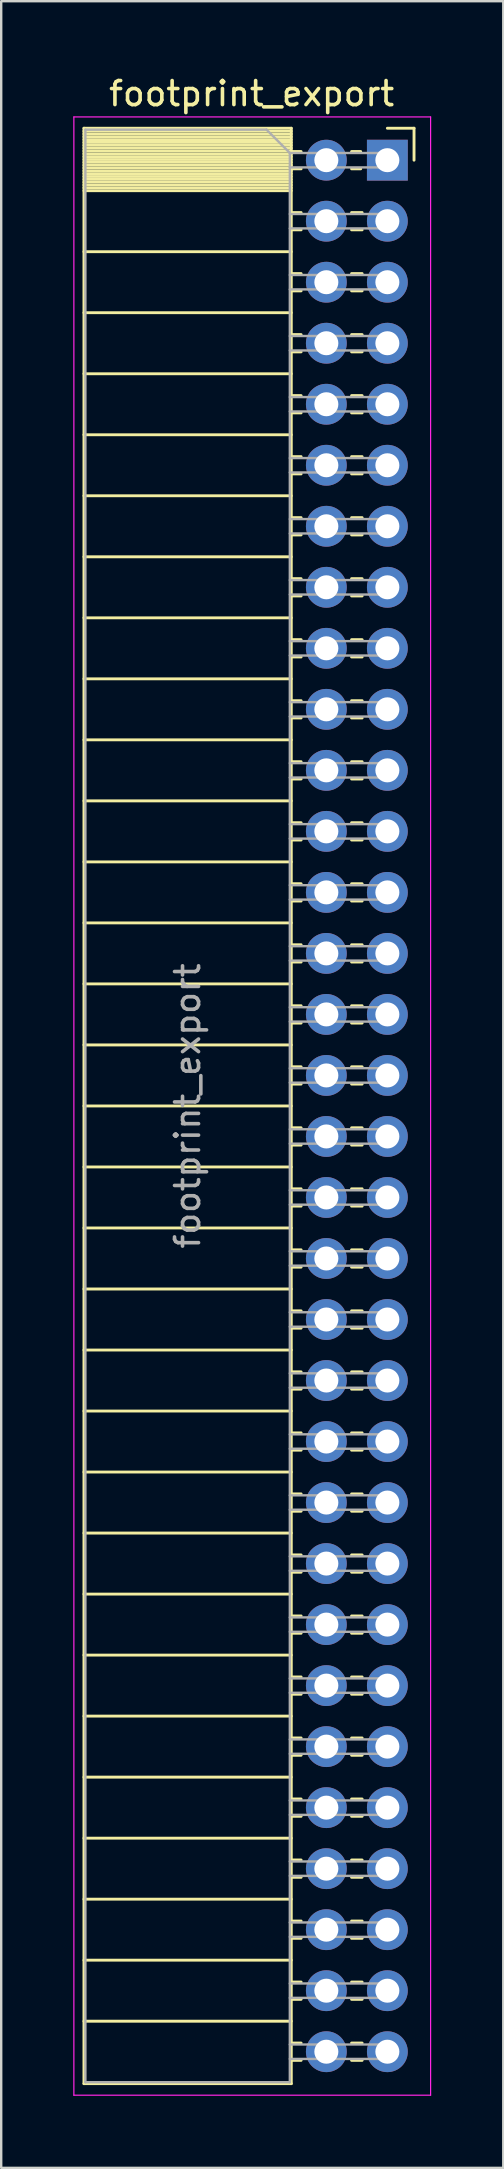
<source format=kicad_pcb>
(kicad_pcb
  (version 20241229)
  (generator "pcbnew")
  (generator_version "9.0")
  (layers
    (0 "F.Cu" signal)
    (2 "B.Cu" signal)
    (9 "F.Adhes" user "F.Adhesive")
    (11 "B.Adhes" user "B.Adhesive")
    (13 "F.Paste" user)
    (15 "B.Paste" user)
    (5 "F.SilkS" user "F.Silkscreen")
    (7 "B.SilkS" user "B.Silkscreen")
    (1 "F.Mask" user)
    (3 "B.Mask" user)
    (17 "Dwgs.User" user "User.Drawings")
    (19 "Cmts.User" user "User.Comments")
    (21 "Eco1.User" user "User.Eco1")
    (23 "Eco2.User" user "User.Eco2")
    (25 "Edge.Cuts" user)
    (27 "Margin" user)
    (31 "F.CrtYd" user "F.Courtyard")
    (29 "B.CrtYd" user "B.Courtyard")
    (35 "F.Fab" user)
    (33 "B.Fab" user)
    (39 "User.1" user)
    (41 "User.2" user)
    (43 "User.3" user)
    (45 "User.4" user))
  (footprint "footprint_export"
    (layer "F.Cu")
    (at 13.075 3.618)
    (property "Reference" "footprint_export" (at -5.65 -2.77 0) (layer "F.SilkS") (effects (font (size 1 1) (thickness 0.15))))
    (attr through_hole)
    (fp_line (start -12.63 -1.33) (end -12.63 80.07) (stroke (width 0.12) (type solid)) (layer "F.SilkS"))
    (fp_line (start -12.63 -1.33) (end -4 -1.33) (stroke (width 0.12) (type solid)) (layer "F.SilkS"))
    (fp_line (start -12.63 -1.21) (end -4 -1.21) (stroke (width 0.12) (type solid)) (layer "F.SilkS"))
    (fp_line (start -12.63 -1.092) (end -4 -1.092) (stroke (width 0.12) (type solid)) (layer "F.SilkS"))
    (fp_line (start -12.63 -0.974) (end -4 -0.974) (stroke (width 0.12) (type solid)) (layer "F.SilkS"))
    (fp_line (start -12.63 -0.856) (end -4 -0.856) (stroke (width 0.12) (type solid)) (layer "F.SilkS"))
    (fp_line (start -12.63 -0.738) (end -4 -0.738) (stroke (width 0.12) (type solid)) (layer "F.SilkS"))
    (fp_line (start -12.63 -0.62) (end -4 -0.62) (stroke (width 0.12) (type solid)) (layer "F.SilkS"))
    (fp_line (start -12.63 -0.501) (end -4 -0.501) (stroke (width 0.12) (type solid)) (layer "F.SilkS"))
    (fp_line (start -12.63 -0.383) (end -4 -0.383) (stroke (width 0.12) (type solid)) (layer "F.SilkS"))
    (fp_line (start -12.63 -0.265) (end -4 -0.265) (stroke (width 0.12) (type solid)) (layer "F.SilkS"))
    (fp_line (start -12.63 -0.147) (end -4 -0.147) (stroke (width 0.12) (type solid)) (layer "F.SilkS"))
    (fp_line (start -12.63 -0.029) (end -4 -0.029) (stroke (width 0.12) (type solid)) (layer "F.SilkS"))
    (fp_line (start -12.63 0.089) (end -4 0.089) (stroke (width 0.12) (type solid)) (layer "F.SilkS"))
    (fp_line (start -12.63 0.207) (end -4 0.207) (stroke (width 0.12) (type solid)) (layer "F.SilkS"))
    (fp_line (start -12.63 0.325) (end -4 0.325) (stroke (width 0.12) (type solid)) (layer "F.SilkS"))
    (fp_line (start -12.63 0.443) (end -4 0.443) (stroke (width 0.12) (type solid)) (layer "F.SilkS"))
    (fp_line (start -12.63 0.561) (end -4 0.561) (stroke (width 0.12) (type solid)) (layer "F.SilkS"))
    (fp_line (start -12.63 0.68) (end -4 0.68) (stroke (width 0.12) (type solid)) (layer "F.SilkS"))
    (fp_line (start -12.63 0.798) (end -4 0.798) (stroke (width 0.12) (type solid)) (layer "F.SilkS"))
    (fp_line (start -12.63 0.916) (end -4 0.916) (stroke (width 0.12) (type solid)) (layer "F.SilkS"))
    (fp_line (start -12.63 1.034) (end -4 1.034) (stroke (width 0.12) (type solid)) (layer "F.SilkS"))
    (fp_line (start -12.63 1.152) (end -4 1.152) (stroke (width 0.12) (type solid)) (layer "F.SilkS"))
    (fp_line (start -12.63 1.27) (end -4 1.27) (stroke (width 0.12) (type solid)) (layer "F.SilkS"))
    (fp_line (start -12.63 3.81) (end -4 3.81) (stroke (width 0.12) (type solid)) (layer "F.SilkS"))
    (fp_line (start -12.63 6.35) (end -4 6.35) (stroke (width 0.12) (type solid)) (layer "F.SilkS"))
    (fp_line (start -12.63 8.89) (end -4 8.89) (stroke (width 0.12) (type solid)) (layer "F.SilkS"))
    (fp_line (start -12.63 11.43) (end -4 11.43) (stroke (width 0.12) (type solid)) (layer "F.SilkS"))
    (fp_line (start -12.63 13.97) (end -4 13.97) (stroke (width 0.12) (type solid)) (layer "F.SilkS"))
    (fp_line (start -12.63 16.51) (end -4 16.51) (stroke (width 0.12) (type solid)) (layer "F.SilkS"))
    (fp_line (start -12.63 19.05) (end -4 19.05) (stroke (width 0.12) (type solid)) (layer "F.SilkS"))
    (fp_line (start -12.63 21.59) (end -4 21.59) (stroke (width 0.12) (type solid)) (layer "F.SilkS"))
    (fp_line (start -12.63 24.13) (end -4 24.13) (stroke (width 0.12) (type solid)) (layer "F.SilkS"))
    (fp_line (start -12.63 26.67) (end -4 26.67) (stroke (width 0.12) (type solid)) (layer "F.SilkS"))
    (fp_line (start -12.63 29.21) (end -4 29.21) (stroke (width 0.12) (type solid)) (layer "F.SilkS"))
    (fp_line (start -12.63 31.75) (end -4 31.75) (stroke (width 0.12) (type solid)) (layer "F.SilkS"))
    (fp_line (start -12.63 34.29) (end -4 34.29) (stroke (width 0.12) (type solid)) (layer "F.SilkS"))
    (fp_line (start -12.63 36.83) (end -4 36.83) (stroke (width 0.12) (type solid)) (layer "F.SilkS"))
    (fp_line (start -12.63 39.37) (end -4 39.37) (stroke (width 0.12) (type solid)) (layer "F.SilkS"))
    (fp_line (start -12.63 41.91) (end -4 41.91) (stroke (width 0.12) (type solid)) (layer "F.SilkS"))
    (fp_line (start -12.63 44.45) (end -4 44.45) (stroke (width 0.12) (type solid)) (layer "F.SilkS"))
    (fp_line (start -12.63 46.99) (end -4 46.99) (stroke (width 0.12) (type solid)) (layer "F.SilkS"))
    (fp_line (start -12.63 49.53) (end -4 49.53) (stroke (width 0.12) (type solid)) (layer "F.SilkS"))
    (fp_line (start -12.63 52.07) (end -4 52.07) (stroke (width 0.12) (type solid)) (layer "F.SilkS"))
    (fp_line (start -12.63 54.61) (end -4 54.61) (stroke (width 0.12) (type solid)) (layer "F.SilkS"))
    (fp_line (start -12.63 57.15) (end -4 57.15) (stroke (width 0.12) (type solid)) (layer "F.SilkS"))
    (fp_line (start -12.63 59.69) (end -4 59.69) (stroke (width 0.12) (type solid)) (layer "F.SilkS"))
    (fp_line (start -12.63 62.23) (end -4 62.23) (stroke (width 0.12) (type solid)) (layer "F.SilkS"))
    (fp_line (start -12.63 64.77) (end -4 64.77) (stroke (width 0.12) (type solid)) (layer "F.SilkS"))
    (fp_line (start -12.63 67.31) (end -4 67.31) (stroke (width 0.12) (type solid)) (layer "F.SilkS"))
    (fp_line (start -12.63 69.85) (end -4 69.85) (stroke (width 0.12) (type solid)) (layer "F.SilkS"))
    (fp_line (start -12.63 72.39) (end -4 72.39) (stroke (width 0.12) (type solid)) (layer "F.SilkS"))
    (fp_line (start -12.63 74.93) (end -4 74.93) (stroke (width 0.12) (type solid)) (layer "F.SilkS"))
    (fp_line (start -12.63 77.47) (end -4 77.47) (stroke (width 0.12) (type solid)) (layer "F.SilkS"))
    (fp_line (start -12.63 80.07) (end -4 80.07) (stroke (width 0.12) (type solid)) (layer "F.SilkS"))
    (fp_line (start -4 -1.33) (end -4 80.07) (stroke (width 0.12) (type solid)) (layer "F.SilkS"))
    (fp_line (start -4 -0.36) (end -3.59 -0.36) (stroke (width 0.12) (type solid)) (layer "F.SilkS"))
    (fp_line (start -4 0.36) (end -3.59 0.36) (stroke (width 0.12) (type solid)) (layer "F.SilkS"))
    (fp_line (start -4 2.18) (end -3.59 2.18) (stroke (width 0.12) (type solid)) (layer "F.SilkS"))
    (fp_line (start -4 2.9) (end -3.59 2.9) (stroke (width 0.12) (type solid)) (layer "F.SilkS"))
    (fp_line (start -4 4.72) (end -3.59 4.72) (stroke (width 0.12) (type solid)) (layer "F.SilkS"))
    (fp_line (start -4 5.44) (end -3.59 5.44) (stroke (width 0.12) (type solid)) (layer "F.SilkS"))
    (fp_line (start -4 7.26) (end -3.59 7.26) (stroke (width 0.12) (type solid)) (layer "F.SilkS"))
    (fp_line (start -4 7.98) (end -3.59 7.98) (stroke (width 0.12) (type solid)) (layer "F.SilkS"))
    (fp_line (start -4 9.8) (end -3.59 9.8) (stroke (width 0.12) (type solid)) (layer "F.SilkS"))
    (fp_line (start -4 10.52) (end -3.59 10.52) (stroke (width 0.12) (type solid)) (layer "F.SilkS"))
    (fp_line (start -4 12.34) (end -3.59 12.34) (stroke (width 0.12) (type solid)) (layer "F.SilkS"))
    (fp_line (start -4 13.06) (end -3.59 13.06) (stroke (width 0.12) (type solid)) (layer "F.SilkS"))
    (fp_line (start -4 14.88) (end -3.59 14.88) (stroke (width 0.12) (type solid)) (layer "F.SilkS"))
    (fp_line (start -4 15.6) (end -3.59 15.6) (stroke (width 0.12) (type solid)) (layer "F.SilkS"))
    (fp_line (start -4 17.42) (end -3.59 17.42) (stroke (width 0.12) (type solid)) (layer "F.SilkS"))
    (fp_line (start -4 18.14) (end -3.59 18.14) (stroke (width 0.12) (type solid)) (layer "F.SilkS"))
    (fp_line (start -4 19.96) (end -3.59 19.96) (stroke (width 0.12) (type solid)) (layer "F.SilkS"))
    (fp_line (start -4 20.68) (end -3.59 20.68) (stroke (width 0.12) (type solid)) (layer "F.SilkS"))
    (fp_line (start -4 22.5) (end -3.59 22.5) (stroke (width 0.12) (type solid)) (layer "F.SilkS"))
    (fp_line (start -4 23.22) (end -3.59 23.22) (stroke (width 0.12) (type solid)) (layer "F.SilkS"))
    (fp_line (start -4 25.04) (end -3.59 25.04) (stroke (width 0.12) (type solid)) (layer "F.SilkS"))
    (fp_line (start -4 25.76) (end -3.59 25.76) (stroke (width 0.12) (type solid)) (layer "F.SilkS"))
    (fp_line (start -4 27.58) (end -3.59 27.58) (stroke (width 0.12) (type solid)) (layer "F.SilkS"))
    (fp_line (start -4 28.3) (end -3.59 28.3) (stroke (width 0.12) (type solid)) (layer "F.SilkS"))
    (fp_line (start -4 30.12) (end -3.59 30.12) (stroke (width 0.12) (type solid)) (layer "F.SilkS"))
    (fp_line (start -4 30.84) (end -3.59 30.84) (stroke (width 0.12) (type solid)) (layer "F.SilkS"))
    (fp_line (start -4 32.66) (end -3.59 32.66) (stroke (width 0.12) (type solid)) (layer "F.SilkS"))
    (fp_line (start -4 33.38) (end -3.59 33.38) (stroke (width 0.12) (type solid)) (layer "F.SilkS"))
    (fp_line (start -4 35.2) (end -3.59 35.2) (stroke (width 0.12) (type solid)) (layer "F.SilkS"))
    (fp_line (start -4 35.92) (end -3.59 35.92) (stroke (width 0.12) (type solid)) (layer "F.SilkS"))
    (fp_line (start -4 37.74) (end -3.59 37.74) (stroke (width 0.12) (type solid)) (layer "F.SilkS"))
    (fp_line (start -4 38.46) (end -3.59 38.46) (stroke (width 0.12) (type solid)) (layer "F.SilkS"))
    (fp_line (start -4 40.28) (end -3.59 40.28) (stroke (width 0.12) (type solid)) (layer "F.SilkS"))
    (fp_line (start -4 41) (end -3.59 41) (stroke (width 0.12) (type solid)) (layer "F.SilkS"))
    (fp_line (start -4 42.82) (end -3.59 42.82) (stroke (width 0.12) (type solid)) (layer "F.SilkS"))
    (fp_line (start -4 43.54) (end -3.59 43.54) (stroke (width 0.12) (type solid)) (layer "F.SilkS"))
    (fp_line (start -4 45.36) (end -3.59 45.36) (stroke (width 0.12) (type solid)) (layer "F.SilkS"))
    (fp_line (start -4 46.08) (end -3.59 46.08) (stroke (width 0.12) (type solid)) (layer "F.SilkS"))
    (fp_line (start -4 47.9) (end -3.59 47.9) (stroke (width 0.12) (type solid)) (layer "F.SilkS"))
    (fp_line (start -4 48.62) (end -3.59 48.62) (stroke (width 0.12) (type solid)) (layer "F.SilkS"))
    (fp_line (start -4 50.44) (end -3.59 50.44) (stroke (width 0.12) (type solid)) (layer "F.SilkS"))
    (fp_line (start -4 51.16) (end -3.59 51.16) (stroke (width 0.12) (type solid)) (layer "F.SilkS"))
    (fp_line (start -4 52.98) (end -3.59 52.98) (stroke (width 0.12) (type solid)) (layer "F.SilkS"))
    (fp_line (start -4 53.7) (end -3.59 53.7) (stroke (width 0.12) (type solid)) (layer "F.SilkS"))
    (fp_line (start -4 55.52) (end -3.59 55.52) (stroke (width 0.12) (type solid)) (layer "F.SilkS"))
    (fp_line (start -4 56.24) (end -3.59 56.24) (stroke (width 0.12) (type solid)) (layer "F.SilkS"))
    (fp_line (start -4 58.06) (end -3.59 58.06) (stroke (width 0.12) (type solid)) (layer "F.SilkS"))
    (fp_line (start -4 58.78) (end -3.59 58.78) (stroke (width 0.12) (type solid)) (layer "F.SilkS"))
    (fp_line (start -4 60.6) (end -3.59 60.6) (stroke (width 0.12) (type solid)) (layer "F.SilkS"))
    (fp_line (start -4 61.32) (end -3.59 61.32) (stroke (width 0.12) (type solid)) (layer "F.SilkS"))
    (fp_line (start -4 63.14) (end -3.59 63.14) (stroke (width 0.12) (type solid)) (layer "F.SilkS"))
    (fp_line (start -4 63.86) (end -3.59 63.86) (stroke (width 0.12) (type solid)) (layer "F.SilkS"))
    (fp_line (start -4 65.68) (end -3.59 65.68) (stroke (width 0.12) (type solid)) (layer "F.SilkS"))
    (fp_line (start -4 66.4) (end -3.59 66.4) (stroke (width 0.12) (type solid)) (layer "F.SilkS"))
    (fp_line (start -4 68.22) (end -3.59 68.22) (stroke (width 0.12) (type solid)) (layer "F.SilkS"))
    (fp_line (start -4 68.94) (end -3.59 68.94) (stroke (width 0.12) (type solid)) (layer "F.SilkS"))
    (fp_line (start -4 70.76) (end -3.59 70.76) (stroke (width 0.12) (type solid)) (layer "F.SilkS"))
    (fp_line (start -4 71.48) (end -3.59 71.48) (stroke (width 0.12) (type solid)) (layer "F.SilkS"))
    (fp_line (start -4 73.3) (end -3.59 73.3) (stroke (width 0.12) (type solid)) (layer "F.SilkS"))
    (fp_line (start -4 74.02) (end -3.59 74.02) (stroke (width 0.12) (type solid)) (layer "F.SilkS"))
    (fp_line (start -4 75.84) (end -3.59 75.84) (stroke (width 0.12) (type solid)) (layer "F.SilkS"))
    (fp_line (start -4 76.56) (end -3.59 76.56) (stroke (width 0.12) (type solid)) (layer "F.SilkS"))
    (fp_line (start -4 78.38) (end -3.59 78.38) (stroke (width 0.12) (type solid)) (layer "F.SilkS"))
    (fp_line (start -4 79.1) (end -3.59 79.1) (stroke (width 0.12) (type solid)) (layer "F.SilkS"))
    (fp_line (start -1.49 -0.36) (end -1.11 -0.36) (stroke (width 0.12) (type solid)) (layer "F.SilkS"))
    (fp_line (start -1.49 0.36) (end -1.11 0.36) (stroke (width 0.12) (type solid)) (layer "F.SilkS"))
    (fp_line (start -1.49 2.18) (end -1.05 2.18) (stroke (width 0.12) (type solid)) (layer "F.SilkS"))
    (fp_line (start -1.49 2.9) (end -1.05 2.9) (stroke (width 0.12) (type solid)) (layer "F.SilkS"))
    (fp_line (start -1.49 4.72) (end -1.05 4.72) (stroke (width 0.12) (type solid)) (layer "F.SilkS"))
    (fp_line (start -1.49 5.44) (end -1.05 5.44) (stroke (width 0.12) (type solid)) (layer "F.SilkS"))
    (fp_line (start -1.49 7.26) (end -1.05 7.26) (stroke (width 0.12) (type solid)) (layer "F.SilkS"))
    (fp_line (start -1.49 7.98) (end -1.05 7.98) (stroke (width 0.12) (type solid)) (layer "F.SilkS"))
    (fp_line (start -1.49 9.8) (end -1.05 9.8) (stroke (width 0.12) (type solid)) (layer "F.SilkS"))
    (fp_line (start -1.49 10.52) (end -1.05 10.52) (stroke (width 0.12) (type solid)) (layer "F.SilkS"))
    (fp_line (start -1.49 12.34) (end -1.05 12.34) (stroke (width 0.12) (type solid)) (layer "F.SilkS"))
    (fp_line (start -1.49 13.06) (end -1.05 13.06) (stroke (width 0.12) (type solid)) (layer "F.SilkS"))
    (fp_line (start -1.49 14.88) (end -1.05 14.88) (stroke (width 0.12) (type solid)) (layer "F.SilkS"))
    (fp_line (start -1.49 15.6) (end -1.05 15.6) (stroke (width 0.12) (type solid)) (layer "F.SilkS"))
    (fp_line (start -1.49 17.42) (end -1.05 17.42) (stroke (width 0.12) (type solid)) (layer "F.SilkS"))
    (fp_line (start -1.49 18.14) (end -1.05 18.14) (stroke (width 0.12) (type solid)) (layer "F.SilkS"))
    (fp_line (start -1.49 19.96) (end -1.05 19.96) (stroke (width 0.12) (type solid)) (layer "F.SilkS"))
    (fp_line (start -1.49 20.68) (end -1.05 20.68) (stroke (width 0.12) (type solid)) (layer "F.SilkS"))
    (fp_line (start -1.49 22.5) (end -1.05 22.5) (stroke (width 0.12) (type solid)) (layer "F.SilkS"))
    (fp_line (start -1.49 23.22) (end -1.05 23.22) (stroke (width 0.12) (type solid)) (layer "F.SilkS"))
    (fp_line (start -1.49 25.04) (end -1.05 25.04) (stroke (width 0.12) (type solid)) (layer "F.SilkS"))
    (fp_line (start -1.49 25.76) (end -1.05 25.76) (stroke (width 0.12) (type solid)) (layer "F.SilkS"))
    (fp_line (start -1.49 27.58) (end -1.05 27.58) (stroke (width 0.12) (type solid)) (layer "F.SilkS"))
    (fp_line (start -1.49 28.3) (end -1.05 28.3) (stroke (width 0.12) (type solid)) (layer "F.SilkS"))
    (fp_line (start -1.49 30.12) (end -1.05 30.12) (stroke (width 0.12) (type solid)) (layer "F.SilkS"))
    (fp_line (start -1.49 30.84) (end -1.05 30.84) (stroke (width 0.12) (type solid)) (layer "F.SilkS"))
    (fp_line (start -1.49 32.66) (end -1.05 32.66) (stroke (width 0.12) (type solid)) (layer "F.SilkS"))
    (fp_line (start -1.49 33.38) (end -1.05 33.38) (stroke (width 0.12) (type solid)) (layer "F.SilkS"))
    (fp_line (start -1.49 35.2) (end -1.05 35.2) (stroke (width 0.12) (type solid)) (layer "F.SilkS"))
    (fp_line (start -1.49 35.92) (end -1.05 35.92) (stroke (width 0.12) (type solid)) (layer "F.SilkS"))
    (fp_line (start -1.49 37.74) (end -1.05 37.74) (stroke (width 0.12) (type solid)) (layer "F.SilkS"))
    (fp_line (start -1.49 38.46) (end -1.05 38.46) (stroke (width 0.12) (type solid)) (layer "F.SilkS"))
    (fp_line (start -1.49 40.28) (end -1.05 40.28) (stroke (width 0.12) (type solid)) (layer "F.SilkS"))
    (fp_line (start -1.49 41) (end -1.05 41) (stroke (width 0.12) (type solid)) (layer "F.SilkS"))
    (fp_line (start -1.49 42.82) (end -1.05 42.82) (stroke (width 0.12) (type solid)) (layer "F.SilkS"))
    (fp_line (start -1.49 43.54) (end -1.05 43.54) (stroke (width 0.12) (type solid)) (layer "F.SilkS"))
    (fp_line (start -1.49 45.36) (end -1.05 45.36) (stroke (width 0.12) (type solid)) (layer "F.SilkS"))
    (fp_line (start -1.49 46.08) (end -1.05 46.08) (stroke (width 0.12) (type solid)) (layer "F.SilkS"))
    (fp_line (start -1.49 47.9) (end -1.05 47.9) (stroke (width 0.12) (type solid)) (layer "F.SilkS"))
    (fp_line (start -1.49 48.62) (end -1.05 48.62) (stroke (width 0.12) (type solid)) (layer "F.SilkS"))
    (fp_line (start -1.49 50.44) (end -1.05 50.44) (stroke (width 0.12) (type solid)) (layer "F.SilkS"))
    (fp_line (start -1.49 51.16) (end -1.05 51.16) (stroke (width 0.12) (type solid)) (layer "F.SilkS"))
    (fp_line (start -1.49 52.98) (end -1.05 52.98) (stroke (width 0.12) (type solid)) (layer "F.SilkS"))
    (fp_line (start -1.49 53.7) (end -1.05 53.7) (stroke (width 0.12) (type solid)) (layer "F.SilkS"))
    (fp_line (start -1.49 55.52) (end -1.05 55.52) (stroke (width 0.12) (type solid)) (layer "F.SilkS"))
    (fp_line (start -1.49 56.24) (end -1.05 56.24) (stroke (width 0.12) (type solid)) (layer "F.SilkS"))
    (fp_line (start -1.49 58.06) (end -1.05 58.06) (stroke (width 0.12) (type solid)) (layer "F.SilkS"))
    (fp_line (start -1.49 58.78) (end -1.05 58.78) (stroke (width 0.12) (type solid)) (layer "F.SilkS"))
    (fp_line (start -1.49 60.6) (end -1.05 60.6) (stroke (width 0.12) (type solid)) (layer "F.SilkS"))
    (fp_line (start -1.49 61.32) (end -1.05 61.32) (stroke (width 0.12) (type solid)) (layer "F.SilkS"))
    (fp_line (start -1.49 63.14) (end -1.05 63.14) (stroke (width 0.12) (type solid)) (layer "F.SilkS"))
    (fp_line (start -1.49 63.86) (end -1.05 63.86) (stroke (width 0.12) (type solid)) (layer "F.SilkS"))
    (fp_line (start -1.49 65.68) (end -1.05 65.68) (stroke (width 0.12) (type solid)) (layer "F.SilkS"))
    (fp_line (start -1.49 66.4) (end -1.05 66.4) (stroke (width 0.12) (type solid)) (layer "F.SilkS"))
    (fp_line (start -1.49 68.22) (end -1.05 68.22) (stroke (width 0.12) (type solid)) (layer "F.SilkS"))
    (fp_line (start -1.49 68.94) (end -1.05 68.94) (stroke (width 0.12) (type solid)) (layer "F.SilkS"))
    (fp_line (start -1.49 70.76) (end -1.05 70.76) (stroke (width 0.12) (type solid)) (layer "F.SilkS"))
    (fp_line (start -1.49 71.48) (end -1.05 71.48) (stroke (width 0.12) (type solid)) (layer "F.SilkS"))
    (fp_line (start -1.49 73.3) (end -1.05 73.3) (stroke (width 0.12) (type solid)) (layer "F.SilkS"))
    (fp_line (start -1.49 74.02) (end -1.05 74.02) (stroke (width 0.12) (type solid)) (layer "F.SilkS"))
    (fp_line (start -1.49 75.84) (end -1.05 75.84) (stroke (width 0.12) (type solid)) (layer "F.SilkS"))
    (fp_line (start -1.49 76.56) (end -1.05 76.56) (stroke (width 0.12) (type solid)) (layer "F.SilkS"))
    (fp_line (start -1.49 78.38) (end -1.05 78.38) (stroke (width 0.12) (type solid)) (layer "F.SilkS"))
    (fp_line (start -1.49 79.1) (end -1.05 79.1) (stroke (width 0.12) (type solid)) (layer "F.SilkS"))
    (fp_line (start 0 -1.33) (end 1.11 -1.33) (stroke (width 0.12) (type solid)) (layer "F.SilkS"))
    (fp_line (start 1.11 -1.33) (end 1.11 0) (stroke (width 0.12) (type solid)) (layer "F.SilkS"))
    (fp_line (start -13.05 -1.8) (end -13.05 80.55) (stroke (width 0.05) (type solid)) (layer "F.CrtYd"))
    (fp_line (start -13.05 80.55) (end 1.8 80.55) (stroke (width 0.05) (type solid)) (layer "F.CrtYd"))
    (fp_line (start 1.8 -1.8) (end -13.05 -1.8) (stroke (width 0.05) (type solid)) (layer "F.CrtYd"))
    (fp_line (start 1.8 80.55) (end 1.8 -1.8) (stroke (width 0.05) (type solid)) (layer "F.CrtYd"))
    (fp_line (start -12.57 -1.27) (end -5.03 -1.27) (stroke (width 0.1) (type solid)) (layer "F.Fab"))
    (fp_line (start -12.57 80.01) (end -12.57 -1.27) (stroke (width 0.1) (type solid)) (layer "F.Fab"))
    (fp_line (start -5.03 -1.27) (end -4.06 -0.3) (stroke (width 0.1) (type solid)) (layer "F.Fab"))
    (fp_line (start -4.06 -0.3) (end -4.06 80.01) (stroke (width 0.1) (type solid)) (layer "F.Fab"))
    (fp_line (start -4.06 0.3) (end 0 0.3) (stroke (width 0.1) (type solid)) (layer "F.Fab"))
    (fp_line (start -4.06 2.84) (end 0 2.84) (stroke (width 0.1) (type solid)) (layer "F.Fab"))
    (fp_line (start -4.06 5.38) (end 0 5.38) (stroke (width 0.1) (type solid)) (layer "F.Fab"))
    (fp_line (start -4.06 7.92) (end 0 7.92) (stroke (width 0.1) (type solid)) (layer "F.Fab"))
    (fp_line (start -4.06 10.46) (end 0 10.46) (stroke (width 0.1) (type solid)) (layer "F.Fab"))
    (fp_line (start -4.06 13) (end 0 13) (stroke (width 0.1) (type solid)) (layer "F.Fab"))
    (fp_line (start -4.06 15.54) (end 0 15.54) (stroke (width 0.1) (type solid)) (layer "F.Fab"))
    (fp_line (start -4.06 18.08) (end 0 18.08) (stroke (width 0.1) (type solid)) (layer "F.Fab"))
    (fp_line (start -4.06 20.62) (end 0 20.62) (stroke (width 0.1) (type solid)) (layer "F.Fab"))
    (fp_line (start -4.06 23.16) (end 0 23.16) (stroke (width 0.1) (type solid)) (layer "F.Fab"))
    (fp_line (start -4.06 25.7) (end 0 25.7) (stroke (width 0.1) (type solid)) (layer "F.Fab"))
    (fp_line (start -4.06 28.24) (end 0 28.24) (stroke (width 0.1) (type solid)) (layer "F.Fab"))
    (fp_line (start -4.06 30.78) (end 0 30.78) (stroke (width 0.1) (type solid)) (layer "F.Fab"))
    (fp_line (start -4.06 33.32) (end 0 33.32) (stroke (width 0.1) (type solid)) (layer "F.Fab"))
    (fp_line (start -4.06 35.86) (end 0 35.86) (stroke (width 0.1) (type solid)) (layer "F.Fab"))
    (fp_line (start -4.06 38.4) (end 0 38.4) (stroke (width 0.1) (type solid)) (layer "F.Fab"))
    (fp_line (start -4.06 40.94) (end 0 40.94) (stroke (width 0.1) (type solid)) (layer "F.Fab"))
    (fp_line (start -4.06 43.48) (end 0 43.48) (stroke (width 0.1) (type solid)) (layer "F.Fab"))
    (fp_line (start -4.06 46.02) (end 0 46.02) (stroke (width 0.1) (type solid)) (layer "F.Fab"))
    (fp_line (start -4.06 48.56) (end 0 48.56) (stroke (width 0.1) (type solid)) (layer "F.Fab"))
    (fp_line (start -4.06 51.1) (end 0 51.1) (stroke (width 0.1) (type solid)) (layer "F.Fab"))
    (fp_line (start -4.06 53.64) (end 0 53.64) (stroke (width 0.1) (type solid)) (layer "F.Fab"))
    (fp_line (start -4.06 56.18) (end 0 56.18) (stroke (width 0.1) (type solid)) (layer "F.Fab"))
    (fp_line (start -4.06 58.72) (end 0 58.72) (stroke (width 0.1) (type solid)) (layer "F.Fab"))
    (fp_line (start -4.06 61.26) (end 0 61.26) (stroke (width 0.1) (type solid)) (layer "F.Fab"))
    (fp_line (start -4.06 63.8) (end 0 63.8) (stroke (width 0.1) (type solid)) (layer "F.Fab"))
    (fp_line (start -4.06 66.34) (end 0 66.34) (stroke (width 0.1) (type solid)) (layer "F.Fab"))
    (fp_line (start -4.06 68.88) (end 0 68.88) (stroke (width 0.1) (type solid)) (layer "F.Fab"))
    (fp_line (start -4.06 71.42) (end 0 71.42) (stroke (width 0.1) (type solid)) (layer "F.Fab"))
    (fp_line (start -4.06 73.96) (end 0 73.96) (stroke (width 0.1) (type solid)) (layer "F.Fab"))
    (fp_line (start -4.06 76.5) (end 0 76.5) (stroke (width 0.1) (type solid)) (layer "F.Fab"))
    (fp_line (start -4.06 79.04) (end 0 79.04) (stroke (width 0.1) (type solid)) (layer "F.Fab"))
    (fp_line (start -4.06 80.01) (end -12.57 80.01) (stroke (width 0.1) (type solid)) (layer "F.Fab"))
    (fp_line (start 0 -0.3) (end -4.06 -0.3) (stroke (width 0.1) (type solid)) (layer "F.Fab"))
    (fp_line (start 0 0.3) (end 0 -0.3) (stroke (width 0.1) (type solid)) (layer "F.Fab"))
    (fp_line (start 0 2.24) (end -4.06 2.24) (stroke (width 0.1) (type solid)) (layer "F.Fab"))
    (fp_line (start 0 2.84) (end 0 2.24) (stroke (width 0.1) (type solid)) (layer "F.Fab"))
    (fp_line (start 0 4.78) (end -4.06 4.78) (stroke (width 0.1) (type solid)) (layer "F.Fab"))
    (fp_line (start 0 5.38) (end 0 4.78) (stroke (width 0.1) (type solid)) (layer "F.Fab"))
    (fp_line (start 0 7.32) (end -4.06 7.32) (stroke (width 0.1) (type solid)) (layer "F.Fab"))
    (fp_line (start 0 7.92) (end 0 7.32) (stroke (width 0.1) (type solid)) (layer "F.Fab"))
    (fp_line (start 0 9.86) (end -4.06 9.86) (stroke (width 0.1) (type solid)) (layer "F.Fab"))
    (fp_line (start 0 10.46) (end 0 9.86) (stroke (width 0.1) (type solid)) (layer "F.Fab"))
    (fp_line (start 0 12.4) (end -4.06 12.4) (stroke (width 0.1) (type solid)) (layer "F.Fab"))
    (fp_line (start 0 13) (end 0 12.4) (stroke (width 0.1) (type solid)) (layer "F.Fab"))
    (fp_line (start 0 14.94) (end -4.06 14.94) (stroke (width 0.1) (type solid)) (layer "F.Fab"))
    (fp_line (start 0 15.54) (end 0 14.94) (stroke (width 0.1) (type solid)) (layer "F.Fab"))
    (fp_line (start 0 17.48) (end -4.06 17.48) (stroke (width 0.1) (type solid)) (layer "F.Fab"))
    (fp_line (start 0 18.08) (end 0 17.48) (stroke (width 0.1) (type solid)) (layer "F.Fab"))
    (fp_line (start 0 20.02) (end -4.06 20.02) (stroke (width 0.1) (type solid)) (layer "F.Fab"))
    (fp_line (start 0 20.62) (end 0 20.02) (stroke (width 0.1) (type solid)) (layer "F.Fab"))
    (fp_line (start 0 22.56) (end -4.06 22.56) (stroke (width 0.1) (type solid)) (layer "F.Fab"))
    (fp_line (start 0 23.16) (end 0 22.56) (stroke (width 0.1) (type solid)) (layer "F.Fab"))
    (fp_line (start 0 25.1) (end -4.06 25.1) (stroke (width 0.1) (type solid)) (layer "F.Fab"))
    (fp_line (start 0 25.7) (end 0 25.1) (stroke (width 0.1) (type solid)) (layer "F.Fab"))
    (fp_line (start 0 27.64) (end -4.06 27.64) (stroke (width 0.1) (type solid)) (layer "F.Fab"))
    (fp_line (start 0 28.24) (end 0 27.64) (stroke (width 0.1) (type solid)) (layer "F.Fab"))
    (fp_line (start 0 30.18) (end -4.06 30.18) (stroke (width 0.1) (type solid)) (layer "F.Fab"))
    (fp_line (start 0 30.78) (end 0 30.18) (stroke (width 0.1) (type solid)) (layer "F.Fab"))
    (fp_line (start 0 32.72) (end -4.06 32.72) (stroke (width 0.1) (type solid)) (layer "F.Fab"))
    (fp_line (start 0 33.32) (end 0 32.72) (stroke (width 0.1) (type solid)) (layer "F.Fab"))
    (fp_line (start 0 35.26) (end -4.06 35.26) (stroke (width 0.1) (type solid)) (layer "F.Fab"))
    (fp_line (start 0 35.86) (end 0 35.26) (stroke (width 0.1) (type solid)) (layer "F.Fab"))
    (fp_line (start 0 37.8) (end -4.06 37.8) (stroke (width 0.1) (type solid)) (layer "F.Fab"))
    (fp_line (start 0 38.4) (end 0 37.8) (stroke (width 0.1) (type solid)) (layer "F.Fab"))
    (fp_line (start 0 40.34) (end -4.06 40.34) (stroke (width 0.1) (type solid)) (layer "F.Fab"))
    (fp_line (start 0 40.94) (end 0 40.34) (stroke (width 0.1) (type solid)) (layer "F.Fab"))
    (fp_line (start 0 42.88) (end -4.06 42.88) (stroke (width 0.1) (type solid)) (layer "F.Fab"))
    (fp_line (start 0 43.48) (end 0 42.88) (stroke (width 0.1) (type solid)) (layer "F.Fab"))
    (fp_line (start 0 45.42) (end -4.06 45.42) (stroke (width 0.1) (type solid)) (layer "F.Fab"))
    (fp_line (start 0 46.02) (end 0 45.42) (stroke (width 0.1) (type solid)) (layer "F.Fab"))
    (fp_line (start 0 47.96) (end -4.06 47.96) (stroke (width 0.1) (type solid)) (layer "F.Fab"))
    (fp_line (start 0 48.56) (end 0 47.96) (stroke (width 0.1) (type solid)) (layer "F.Fab"))
    (fp_line (start 0 50.5) (end -4.06 50.5) (stroke (width 0.1) (type solid)) (layer "F.Fab"))
    (fp_line (start 0 51.1) (end 0 50.5) (stroke (width 0.1) (type solid)) (layer "F.Fab"))
    (fp_line (start 0 53.04) (end -4.06 53.04) (stroke (width 0.1) (type solid)) (layer "F.Fab"))
    (fp_line (start 0 53.64) (end 0 53.04) (stroke (width 0.1) (type solid)) (layer "F.Fab"))
    (fp_line (start 0 55.58) (end -4.06 55.58) (stroke (width 0.1) (type solid)) (layer "F.Fab"))
    (fp_line (start 0 56.18) (end 0 55.58) (stroke (width 0.1) (type solid)) (layer "F.Fab"))
    (fp_line (start 0 58.12) (end -4.06 58.12) (stroke (width 0.1) (type solid)) (layer "F.Fab"))
    (fp_line (start 0 58.72) (end 0 58.12) (stroke (width 0.1) (type solid)) (layer "F.Fab"))
    (fp_line (start 0 60.66) (end -4.06 60.66) (stroke (width 0.1) (type solid)) (layer "F.Fab"))
    (fp_line (start 0 61.26) (end 0 60.66) (stroke (width 0.1) (type solid)) (layer "F.Fab"))
    (fp_line (start 0 63.2) (end -4.06 63.2) (stroke (width 0.1) (type solid)) (layer "F.Fab"))
    (fp_line (start 0 63.8) (end 0 63.2) (stroke (width 0.1) (type solid)) (layer "F.Fab"))
    (fp_line (start 0 65.74) (end -4.06 65.74) (stroke (width 0.1) (type solid)) (layer "F.Fab"))
    (fp_line (start 0 66.34) (end 0 65.74) (stroke (width 0.1) (type solid)) (layer "F.Fab"))
    (fp_line (start 0 68.28) (end -4.06 68.28) (stroke (width 0.1) (type solid)) (layer "F.Fab"))
    (fp_line (start 0 68.88) (end 0 68.28) (stroke (width 0.1) (type solid)) (layer "F.Fab"))
    (fp_line (start 0 70.82) (end -4.06 70.82) (stroke (width 0.1) (type solid)) (layer "F.Fab"))
    (fp_line (start 0 71.42) (end 0 70.82) (stroke (width 0.1) (type solid)) (layer "F.Fab"))
    (fp_line (start 0 73.36) (end -4.06 73.36) (stroke (width 0.1) (type solid)) (layer "F.Fab"))
    (fp_line (start 0 73.96) (end 0 73.36) (stroke (width 0.1) (type solid)) (layer "F.Fab"))
    (fp_line (start 0 75.9) (end -4.06 75.9) (stroke (width 0.1) (type solid)) (layer "F.Fab"))
    (fp_line (start 0 76.5) (end 0 75.9) (stroke (width 0.1) (type solid)) (layer "F.Fab"))
    (fp_line (start 0 78.44) (end -4.06 78.44) (stroke (width 0.1) (type solid)) (layer "F.Fab"))
    (fp_line (start 0 79.04) (end 0 78.44) (stroke (width 0.1) (type solid)) (layer "F.Fab"))
    (fp_text user "${REFERENCE}" (at -8.315 39.37 90) (layer "F.Fab") (effects (font (size 1 1) (thickness 0.15))))
    (pad "1" thru_hole rect (at 0 0) (size 1.7 1.7) (drill 1) (layers "*.Cu" "*.Mask"))
    (pad "2" thru_hole oval (at -2.54 0) (size 1.7 1.7) (drill 1) (layers "*.Cu" "*.Mask"))
    (pad "3" thru_hole oval (at 0 2.54) (size 1.7 1.7) (drill 1) (layers "*.Cu" "*.Mask"))
    (pad "4" thru_hole oval (at -2.54 2.54) (size 1.7 1.7) (drill 1) (layers "*.Cu" "*.Mask"))
    (pad "5" thru_hole oval (at 0 5.08) (size 1.7 1.7) (drill 1) (layers "*.Cu" "*.Mask"))
    (pad "6" thru_hole oval (at -2.54 5.08) (size 1.7 1.7) (drill 1) (layers "*.Cu" "*.Mask"))
    (pad "7" thru_hole oval (at 0 7.62) (size 1.7 1.7) (drill 1) (layers "*.Cu" "*.Mask"))
    (pad "8" thru_hole oval (at -2.54 7.62) (size 1.7 1.7) (drill 1) (layers "*.Cu" "*.Mask"))
    (pad "9" thru_hole oval (at 0 10.16) (size 1.7 1.7) (drill 1) (layers "*.Cu" "*.Mask"))
    (pad "10" thru_hole oval (at -2.54 10.16) (size 1.7 1.7) (drill 1) (layers "*.Cu" "*.Mask"))
    (pad "11" thru_hole oval (at 0 12.7) (size 1.7 1.7) (drill 1) (layers "*.Cu" "*.Mask"))
    (pad "12" thru_hole oval (at -2.54 12.7) (size 1.7 1.7) (drill 1) (layers "*.Cu" "*.Mask"))
    (pad "13" thru_hole oval (at 0 15.24) (size 1.7 1.7) (drill 1) (layers "*.Cu" "*.Mask"))
    (pad "14" thru_hole oval (at -2.54 15.24) (size 1.7 1.7) (drill 1) (layers "*.Cu" "*.Mask"))
    (pad "15" thru_hole oval (at 0 17.78) (size 1.7 1.7) (drill 1) (layers "*.Cu" "*.Mask"))
    (pad "16" thru_hole oval (at -2.54 17.78) (size 1.7 1.7) (drill 1) (layers "*.Cu" "*.Mask"))
    (pad "17" thru_hole oval (at 0 20.32) (size 1.7 1.7) (drill 1) (layers "*.Cu" "*.Mask"))
    (pad "18" thru_hole oval (at -2.54 20.32) (size 1.7 1.7) (drill 1) (layers "*.Cu" "*.Mask"))
    (pad "19" thru_hole oval (at 0 22.86) (size 1.7 1.7) (drill 1) (layers "*.Cu" "*.Mask"))
    (pad "20" thru_hole oval (at -2.54 22.86) (size 1.7 1.7) (drill 1) (layers "*.Cu" "*.Mask"))
    (pad "21" thru_hole oval (at 0 25.4) (size 1.7 1.7) (drill 1) (layers "*.Cu" "*.Mask"))
    (pad "22" thru_hole oval (at -2.54 25.4) (size 1.7 1.7) (drill 1) (layers "*.Cu" "*.Mask"))
    (pad "23" thru_hole oval (at 0 27.94) (size 1.7 1.7) (drill 1) (layers "*.Cu" "*.Mask"))
    (pad "24" thru_hole oval (at -2.54 27.94) (size 1.7 1.7) (drill 1) (layers "*.Cu" "*.Mask"))
    (pad "25" thru_hole oval (at 0 30.48) (size 1.7 1.7) (drill 1) (layers "*.Cu" "*.Mask"))
    (pad "26" thru_hole oval (at -2.54 30.48) (size 1.7 1.7) (drill 1) (layers "*.Cu" "*.Mask"))
    (pad "27" thru_hole oval (at 0 33.02) (size 1.7 1.7) (drill 1) (layers "*.Cu" "*.Mask"))
    (pad "28" thru_hole oval (at -2.54 33.02) (size 1.7 1.7) (drill 1) (layers "*.Cu" "*.Mask"))
    (pad "29" thru_hole oval (at 0 35.56) (size 1.7 1.7) (drill 1) (layers "*.Cu" "*.Mask"))
    (pad "30" thru_hole oval (at -2.54 35.56) (size 1.7 1.7) (drill 1) (layers "*.Cu" "*.Mask"))
    (pad "31" thru_hole oval (at 0 38.1) (size 1.7 1.7) (drill 1) (layers "*.Cu" "*.Mask"))
    (pad "32" thru_hole oval (at -2.54 38.1) (size 1.7 1.7) (drill 1) (layers "*.Cu" "*.Mask"))
    (pad "33" thru_hole oval (at 0 40.64) (size 1.7 1.7) (drill 1) (layers "*.Cu" "*.Mask"))
    (pad "34" thru_hole oval (at -2.54 40.64) (size 1.7 1.7) (drill 1) (layers "*.Cu" "*.Mask"))
    (pad "35" thru_hole oval (at 0 43.18) (size 1.7 1.7) (drill 1) (layers "*.Cu" "*.Mask"))
    (pad "36" thru_hole oval (at -2.54 43.18) (size 1.7 1.7) (drill 1) (layers "*.Cu" "*.Mask"))
    (pad "37" thru_hole oval (at 0 45.72) (size 1.7 1.7) (drill 1) (layers "*.Cu" "*.Mask"))
    (pad "38" thru_hole oval (at -2.54 45.72) (size 1.7 1.7) (drill 1) (layers "*.Cu" "*.Mask"))
    (pad "39" thru_hole oval (at 0 48.26) (size 1.7 1.7) (drill 1) (layers "*.Cu" "*.Mask"))
    (pad "40" thru_hole oval (at -2.54 48.26) (size 1.7 1.7) (drill 1) (layers "*.Cu" "*.Mask"))
    (pad "41" thru_hole oval (at 0 50.8) (size 1.7 1.7) (drill 1) (layers "*.Cu" "*.Mask"))
    (pad "42" thru_hole oval (at -2.54 50.8) (size 1.7 1.7) (drill 1) (layers "*.Cu" "*.Mask"))
    (pad "43" thru_hole oval (at 0 53.34) (size 1.7 1.7) (drill 1) (layers "*.Cu" "*.Mask"))
    (pad "44" thru_hole oval (at -2.54 53.34) (size 1.7 1.7) (drill 1) (layers "*.Cu" "*.Mask"))
    (pad "45" thru_hole oval (at 0 55.88) (size 1.7 1.7) (drill 1) (layers "*.Cu" "*.Mask"))
    (pad "46" thru_hole oval (at -2.54 55.88) (size 1.7 1.7) (drill 1) (layers "*.Cu" "*.Mask"))
    (pad "47" thru_hole oval (at 0 58.42) (size 1.7 1.7) (drill 1) (layers "*.Cu" "*.Mask"))
    (pad "48" thru_hole oval (at -2.54 58.42) (size 1.7 1.7) (drill 1) (layers "*.Cu" "*.Mask"))
    (pad "49" thru_hole oval (at 0 60.96) (size 1.7 1.7) (drill 1) (layers "*.Cu" "*.Mask"))
    (pad "50" thru_hole oval (at -2.54 60.96) (size 1.7 1.7) (drill 1) (layers "*.Cu" "*.Mask"))
    (pad "51" thru_hole oval (at 0 63.5) (size 1.7 1.7) (drill 1) (layers "*.Cu" "*.Mask"))
    (pad "52" thru_hole oval (at -2.54 63.5) (size 1.7 1.7) (drill 1) (layers "*.Cu" "*.Mask"))
    (pad "53" thru_hole oval (at 0 66.04) (size 1.7 1.7) (drill 1) (layers "*.Cu" "*.Mask"))
    (pad "54" thru_hole oval (at -2.54 66.04) (size 1.7 1.7) (drill 1) (layers "*.Cu" "*.Mask"))
    (pad "55" thru_hole oval (at 0 68.58) (size 1.7 1.7) (drill 1) (layers "*.Cu" "*.Mask"))
    (pad "56" thru_hole oval (at -2.54 68.58) (size 1.7 1.7) (drill 1) (layers "*.Cu" "*.Mask"))
    (pad "57" thru_hole oval (at 0 71.12) (size 1.7 1.7) (drill 1) (layers "*.Cu" "*.Mask"))
    (pad "58" thru_hole oval (at -2.54 71.12) (size 1.7 1.7) (drill 1) (layers "*.Cu" "*.Mask"))
    (pad "59" thru_hole oval (at 0 73.66) (size 1.7 1.7) (drill 1) (layers "*.Cu" "*.Mask"))
    (pad "60" thru_hole oval (at -2.54 73.66) (size 1.7 1.7) (drill 1) (layers "*.Cu" "*.Mask"))
    (pad "61" thru_hole oval (at 0 76.2) (size 1.7 1.7) (drill 1) (layers "*.Cu" "*.Mask"))
    (pad "62" thru_hole oval (at -2.54 76.2) (size 1.7 1.7) (drill 1) (layers "*.Cu" "*.Mask"))
    (pad "63" thru_hole oval (at 0 78.74) (size 1.7 1.7) (drill 1) (layers "*.Cu" "*.Mask"))
    (pad "64" thru_hole oval (at -2.54 78.74) (size 1.7 1.7) (drill 1) (layers "*.Cu" "*.Mask")))
  (gr_rect
    (start -3 -3)
    (end 17.9 87.193)
    (stroke (width 0.1) (type default))
    (fill no)
    (layer "Edge.Cuts")))
</source>
